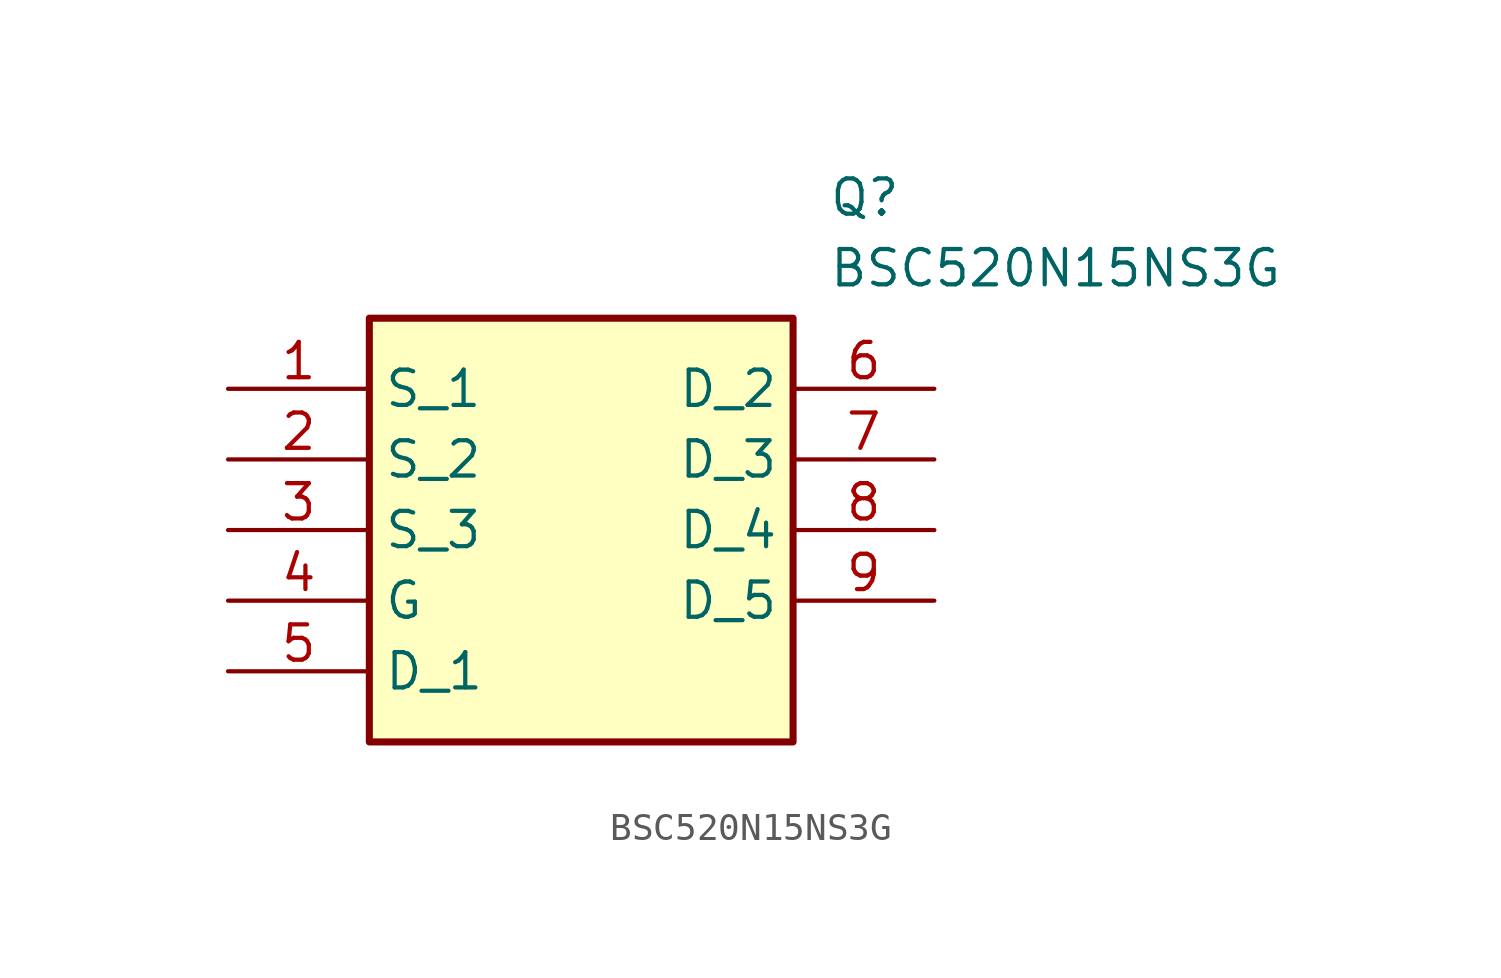
<source format=kicad_sym>
(kicad_symbol_lib
  (version 20211014)
  (generator SamacSys_ECAD_Model)
  (symbol "BSC520N15NS3G"
    (property "Reference" "Q"
      (at 21.59 7.62 0)
      (effects (font (size 1.27 1.27)) (justify left top)))
    (property "Value" "BSC520N15NS3G"
      (at 21.59 5.08 0)
      (effects (font (size 1.27 1.27)) (justify left top)))
    (rectangle
      (start 5.08 2.54)
      (end 20.32 -12.7)
      (stroke (width 0.254) (type default))
      (fill (type background)))
    (pin passive line
      (at 0 0 0)
      (length 5.08)
      (name "S_1" (effects (font (size 1.27 1.27))))
      (number "1" (effects (font (size 1.27 1.27)))))
    (pin passive line
      (at 0 -2.54 0)
      (length 5.08)
      (name "S_2" (effects (font (size 1.27 1.27))))
      (number "2" (effects (font (size 1.27 1.27)))))
    (pin passive line
      (at 0 -5.08 0)
      (length 5.08)
      (name "S_3" (effects (font (size 1.27 1.27))))
      (number "3" (effects (font (size 1.27 1.27)))))
    (pin passive line
      (at 0 -7.62 0)
      (length 5.08)
      (name "G" (effects (font (size 1.27 1.27))))
      (number "4" (effects (font (size 1.27 1.27)))))
    (pin passive line
      (at 0 -10.16 0)
      (length 5.08)
      (name "D_1" (effects (font (size 1.27 1.27))))
      (number "5" (effects (font (size 1.27 1.27)))))
    (pin passive line
      (at 25.4 0 180)
      (length 5.08)
      (name "D_2" (effects (font (size 1.27 1.27))))
      (number "6" (effects (font (size 1.27 1.27)))))
    (pin passive line
      (at 25.4 -2.54 180)
      (length 5.08)
      (name "D_3" (effects (font (size 1.27 1.27))))
      (number "7" (effects (font (size 1.27 1.27)))))
    (pin passive line
      (at 25.4 -5.08 180)
      (length 5.08)
      (name "D_4" (effects (font (size 1.27 1.27))))
      (number "8" (effects (font (size 1.27 1.27)))))
    (pin passive line
      (at 25.4 -7.62 180)
      (length 5.08)
      (name "D_5" (effects (font (size 1.27 1.27))))
      (number "9" (effects (font (size 1.27 1.27)))))))
</source>
